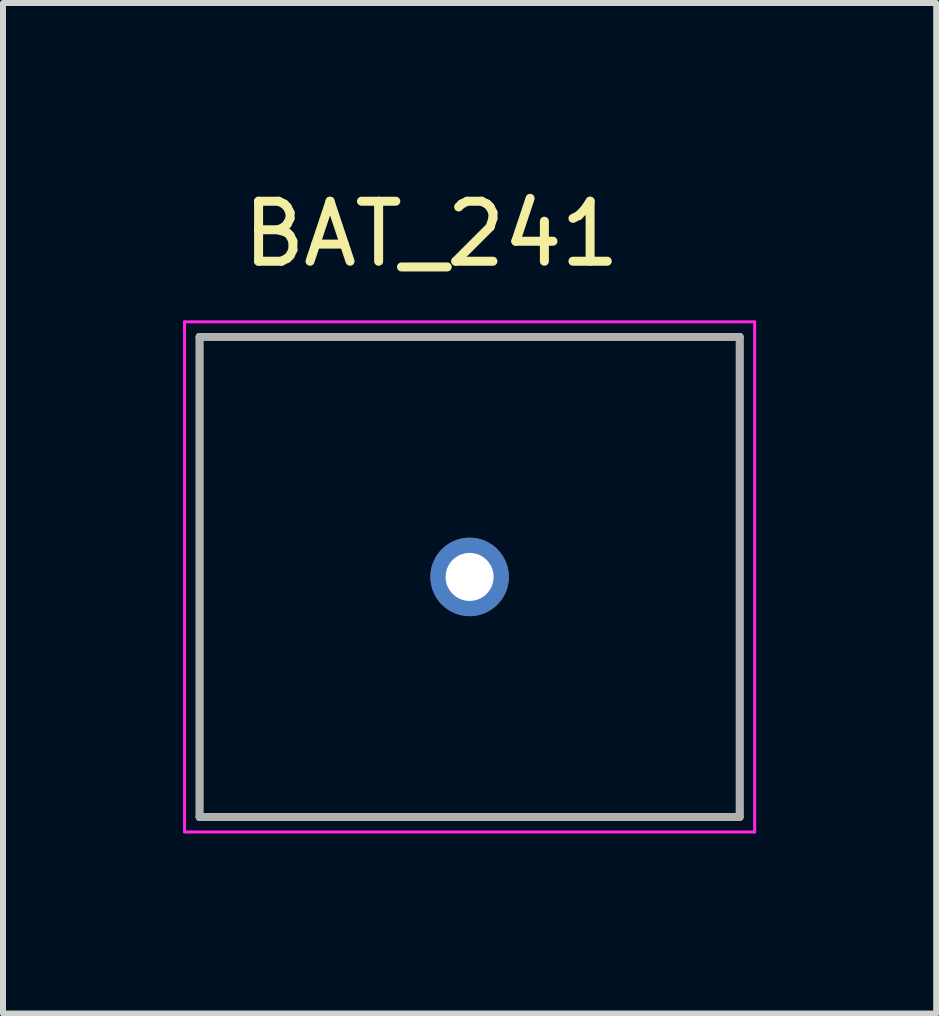
<source format=kicad_pcb>
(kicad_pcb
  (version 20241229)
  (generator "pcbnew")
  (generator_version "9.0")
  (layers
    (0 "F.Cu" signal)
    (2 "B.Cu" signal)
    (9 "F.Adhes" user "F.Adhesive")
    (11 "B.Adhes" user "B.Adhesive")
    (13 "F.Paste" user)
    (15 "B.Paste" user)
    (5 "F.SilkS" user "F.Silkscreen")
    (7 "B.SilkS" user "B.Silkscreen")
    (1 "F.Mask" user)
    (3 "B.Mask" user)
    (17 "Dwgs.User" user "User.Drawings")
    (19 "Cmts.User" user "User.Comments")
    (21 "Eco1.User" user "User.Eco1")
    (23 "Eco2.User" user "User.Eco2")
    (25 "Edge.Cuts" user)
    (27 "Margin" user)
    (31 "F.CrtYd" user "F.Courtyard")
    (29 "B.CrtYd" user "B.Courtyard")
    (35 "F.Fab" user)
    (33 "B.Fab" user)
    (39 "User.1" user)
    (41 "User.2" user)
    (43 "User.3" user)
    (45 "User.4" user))
  (footprint "BAT_241"
    (layer "F.Cu")
    (at 4.775 6.563)
    (property "Reference" "BAT_241" (at -0.635 -5.715 0) (layer "F.SilkS") (effects (font (size 1 1) (thickness 0.15))))
    (attr through_hole)
    (fp_line (start -4.5 -4) (end 4.5 -4) (stroke (width 0.127) (type solid)) (layer "F.SilkS"))
    (fp_line (start -4.5 4) (end -4.5 -4) (stroke (width 0.127) (type solid)) (layer "F.SilkS"))
    (fp_line (start 4.5 -4) (end 4.5 4) (stroke (width 0.127) (type solid)) (layer "F.SilkS"))
    (fp_line (start 4.5 4) (end -4.5 4) (stroke (width 0.127) (type solid)) (layer "F.SilkS"))
    (fp_line (start -4.75 -4.25) (end -4.75 4.25) (stroke (width 0.05) (type solid)) (layer "F.CrtYd"))
    (fp_line (start -4.75 4.25) (end 4.75 4.25) (stroke (width 0.05) (type solid)) (layer "F.CrtYd"))
    (fp_line (start 4.75 -4.25) (end -4.75 -4.25) (stroke (width 0.05) (type solid)) (layer "F.CrtYd"))
    (fp_line (start 4.75 4.25) (end 4.75 -4.25) (stroke (width 0.05) (type solid)) (layer "F.CrtYd"))
    (fp_line (start -4.5 -4) (end 4.5 -4) (stroke (width 0.127) (type solid)) (layer "F.Fab"))
    (fp_line (start -4.5 4) (end -4.5 -4) (stroke (width 0.127) (type solid)) (layer "F.Fab"))
    (fp_line (start 4.5 -4) (end 4.5 4) (stroke (width 0.127) (type solid)) (layer "F.Fab"))
    (fp_line (start 4.5 4) (end -4.5 4) (stroke (width 0.127) (type solid)) (layer "F.Fab"))
    (pad "P" thru_hole circle (at 0 0) (size 1.308 1.308) (drill 0.8) (layers "*.Cu" "*.Mask")))
  (gr_rect
    (start -3 -3)
    (end 12.55 13.838)
    (stroke (width 0.1) (type default))
    (fill no)
    (layer "Edge.Cuts")))
</source>
